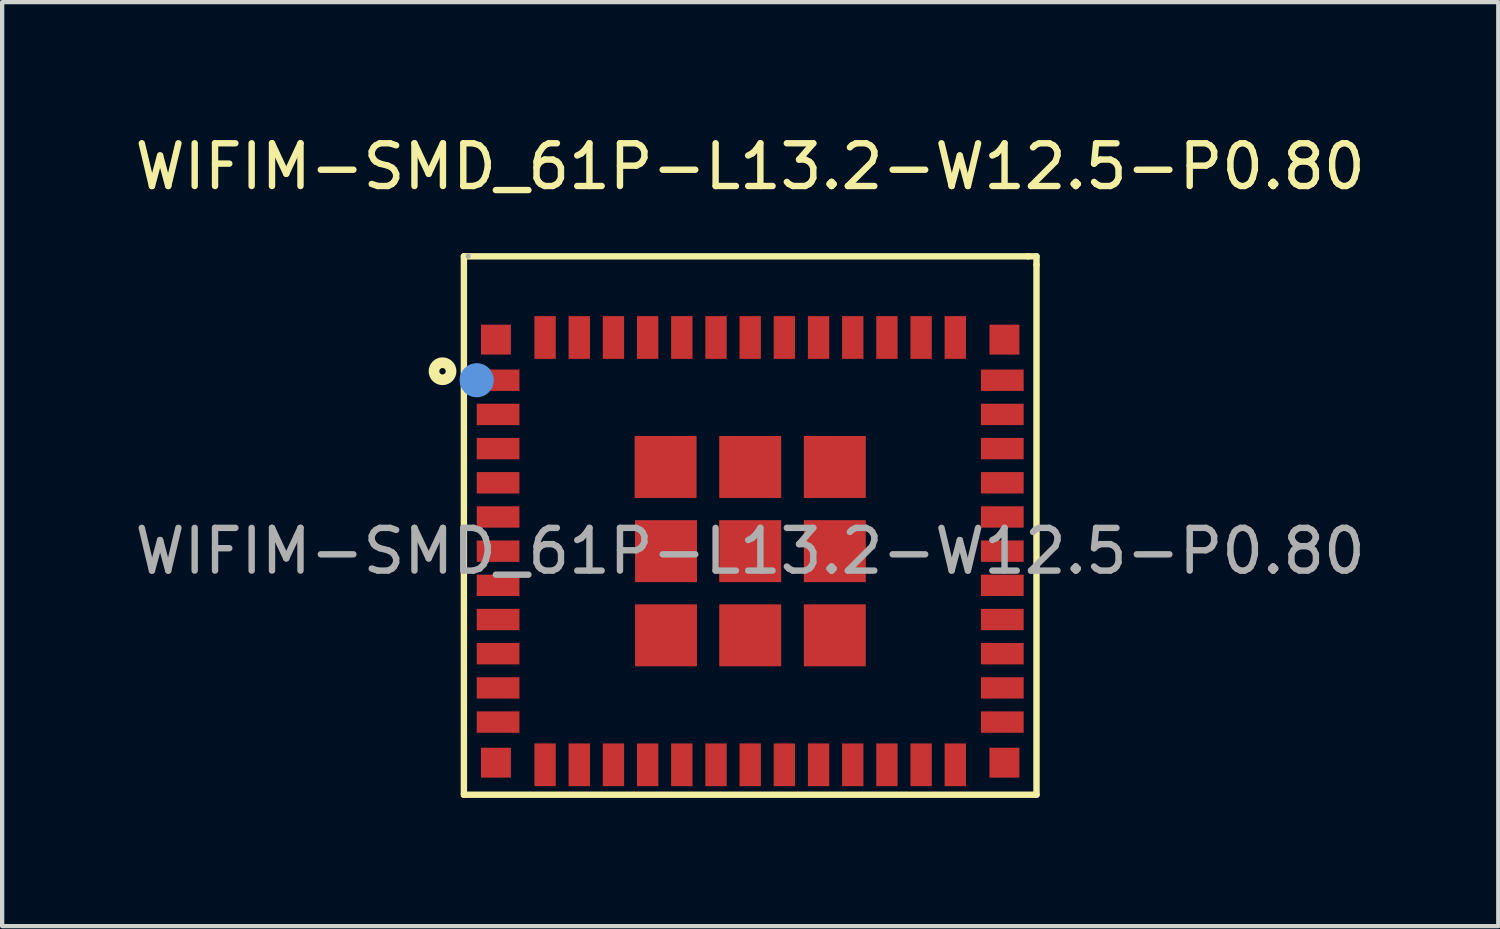
<source format=kicad_pcb>
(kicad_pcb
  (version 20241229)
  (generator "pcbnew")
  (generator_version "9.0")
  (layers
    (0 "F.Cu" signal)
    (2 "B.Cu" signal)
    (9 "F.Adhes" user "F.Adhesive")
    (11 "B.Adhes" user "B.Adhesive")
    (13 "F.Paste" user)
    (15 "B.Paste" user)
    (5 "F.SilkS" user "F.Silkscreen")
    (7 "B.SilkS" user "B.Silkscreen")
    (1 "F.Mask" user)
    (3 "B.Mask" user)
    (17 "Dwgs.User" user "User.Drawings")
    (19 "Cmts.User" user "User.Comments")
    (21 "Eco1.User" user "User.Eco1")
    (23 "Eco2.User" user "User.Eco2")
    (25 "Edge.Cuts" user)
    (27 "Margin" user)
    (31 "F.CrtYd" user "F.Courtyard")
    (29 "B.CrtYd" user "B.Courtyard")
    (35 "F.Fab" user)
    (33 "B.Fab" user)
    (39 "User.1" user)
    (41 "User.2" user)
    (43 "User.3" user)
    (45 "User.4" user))
  (footprint "WIFIM-SMD_61P-L13.2-W12.5-P0.80"
    (layer "F.Cu")
    (at 14.506 9.848)
    (property "Reference" "WIFIM-SMD_61P-L13.2-W12.5-P0.80" (at 0 -9 0) (layer "F.SilkS") (effects (font (size 1 1) (thickness 0.15))))
    (attr smd)
    (fp_line (start -6.7 -6.9) (end -6.7 5.7) (stroke (width 0.15) (type solid)) (layer "F.SilkS"))
    (fp_line (start -6.7 5.7) (end 6.7 5.7) (stroke (width 0.15) (type solid)) (layer "F.SilkS"))
    (fp_line (start 6.5 -6.9) (end -6.7 -6.9) (stroke (width 0.15) (type solid)) (layer "F.SilkS"))
    (fp_line (start 6.7 -6.9) (end 6.5 -6.9) (stroke (width 0.15) (type solid)) (layer "F.SilkS"))
    (fp_line (start 6.7 -6.7) (end 6.7 -6.9) (stroke (width 0.15) (type solid)) (layer "F.SilkS"))
    (fp_line (start 6.7 5.7) (end 6.7 -6.7) (stroke (width 0.15) (type solid)) (layer "F.SilkS"))
    (fp_circle (center -7.2 -4.21) (end -7 -4.21) (stroke (width 0.25) (type solid)) (fill no) (layer "F.SilkS"))
    (fp_circle (center -6.4 -4) (end -6.2 -4) (stroke (width 0.4) (type solid)) (fill no) (layer "Cmts.User"))
    (fp_circle (center -6.6 -6.9) (end -6.57 -6.9) (stroke (width 0.06) (type solid)) (fill no) (layer "F.Fab"))
    (fp_text user "${REFERENCE}" (at 0 0 0) (layer "F.Fab") (effects (font (size 1 1) (thickness 0.15))))
    (pad "1" smd rect (at -5.9 -4) (size 1 0.5) (layers "F.Cu" "F.Mask" "F.Paste"))
    (pad "2" smd rect (at -5.9 -3.2) (size 1 0.5) (layers "F.Cu" "F.Mask" "F.Paste"))
    (pad "3" smd rect (at -5.9 -2.4) (size 1 0.5) (layers "F.Cu" "F.Mask" "F.Paste"))
    (pad "4" smd rect (at -5.9 -1.6) (size 1 0.5) (layers "F.Cu" "F.Mask" "F.Paste"))
    (pad "5" smd rect (at -5.9 -0.8) (size 1 0.5) (layers "F.Cu" "F.Mask" "F.Paste"))
    (pad "6" smd rect (at -5.9 0) (size 1 0.5) (layers "F.Cu" "F.Mask" "F.Paste"))
    (pad "7" smd rect (at -5.9 0.8) (size 1 0.5) (layers "F.Cu" "F.Mask" "F.Paste"))
    (pad "8" smd rect (at -5.9 1.6) (size 1 0.5) (layers "F.Cu" "F.Mask" "F.Paste"))
    (pad "9" smd rect (at -5.9 2.4) (size 1 0.5) (layers "F.Cu" "F.Mask" "F.Paste"))
    (pad "10" smd rect (at -5.9 3.2) (size 1 0.5) (layers "F.Cu" "F.Mask" "F.Paste"))
    (pad "11" smd rect (at -5.9 4) (size 1 0.5) (layers "F.Cu" "F.Mask" "F.Paste"))
    (pad "12" smd rect (at -4.8 5) (size 0.5 1) (layers "F.Cu" "F.Mask" "F.Paste"))
    (pad "13" smd rect (at -4 5) (size 0.5 1) (layers "F.Cu" "F.Mask" "F.Paste"))
    (pad "14" smd rect (at -3.2 5) (size 0.5 1) (layers "F.Cu" "F.Mask" "F.Paste"))
    (pad "15" smd rect (at -2.4 5) (size 0.5 1) (layers "F.Cu" "F.Mask" "F.Paste"))
    (pad "16" smd rect (at -1.6 5) (size 0.5 1) (layers "F.Cu" "F.Mask" "F.Paste"))
    (pad "17" smd rect (at -0.8 5) (size 0.5 1) (layers "F.Cu" "F.Mask" "F.Paste"))
    (pad "18" smd rect (at 0 5) (size 0.5 1) (layers "F.Cu" "F.Mask" "F.Paste"))
    (pad "19" smd rect (at 0.8 5) (size 0.5 1) (layers "F.Cu" "F.Mask" "F.Paste"))
    (pad "20" smd rect (at 1.6 5) (size 0.5 1) (layers "F.Cu" "F.Mask" "F.Paste"))
    (pad "21" smd rect (at 2.4 5) (size 0.5 1) (layers "F.Cu" "F.Mask" "F.Paste"))
    (pad "22" smd rect (at 3.2 5) (size 0.5 1) (layers "F.Cu" "F.Mask" "F.Paste"))
    (pad "23" smd rect (at 4 5) (size 0.5 1) (layers "F.Cu" "F.Mask" "F.Paste"))
    (pad "24" smd rect (at 4.8 5) (size 0.5 1) (layers "F.Cu" "F.Mask" "F.Paste"))
    (pad "25" smd rect (at 5.9 4) (size 1 0.5) (layers "F.Cu" "F.Mask" "F.Paste"))
    (pad "26" smd rect (at 5.9 3.2) (size 1 0.5) (layers "F.Cu" "F.Mask" "F.Paste"))
    (pad "27" smd rect (at 5.9 2.4) (size 1 0.5) (layers "F.Cu" "F.Mask" "F.Paste"))
    (pad "28" smd rect (at 5.9 1.6) (size 1 0.5) (layers "F.Cu" "F.Mask" "F.Paste"))
    (pad "29" smd rect (at 5.9 0.8) (size 1 0.5) (layers "F.Cu" "F.Mask" "F.Paste"))
    (pad "30" smd rect (at 5.9 0) (size 1 0.5) (layers "F.Cu" "F.Mask" "F.Paste"))
    (pad "31" smd rect (at 5.9 -0.8) (size 1 0.5) (layers "F.Cu" "F.Mask" "F.Paste"))
    (pad "32" smd rect (at 5.9 -1.6) (size 1 0.5) (layers "F.Cu" "F.Mask" "F.Paste"))
    (pad "33" smd rect (at 5.9 -2.4) (size 1 0.5) (layers "F.Cu" "F.Mask" "F.Paste"))
    (pad "34" smd rect (at 5.9 -3.2) (size 1 0.5) (layers "F.Cu" "F.Mask" "F.Paste"))
    (pad "35" smd rect (at 5.9 -4) (size 1 0.5) (layers "F.Cu" "F.Mask" "F.Paste"))
    (pad "36" smd rect (at 4.8 -5) (size 0.5 1) (layers "F.Cu" "F.Mask" "F.Paste"))
    (pad "37" smd rect (at 4 -5) (size 0.5 1) (layers "F.Cu" "F.Mask" "F.Paste"))
    (pad "38" smd rect (at 3.2 -5) (size 0.5 1) (layers "F.Cu" "F.Mask" "F.Paste"))
    (pad "39" smd rect (at 2.4 -5) (size 0.5 1) (layers "F.Cu" "F.Mask" "F.Paste"))
    (pad "40" smd rect (at 1.6 -5) (size 0.5 1) (layers "F.Cu" "F.Mask" "F.Paste"))
    (pad "41" smd rect (at 0.8 -5) (size 0.5 1) (layers "F.Cu" "F.Mask" "F.Paste"))
    (pad "42" smd rect (at 0 -5) (size 0.5 1) (layers "F.Cu" "F.Mask" "F.Paste"))
    (pad "43" smd rect (at -0.8 -5) (size 0.5 1) (layers "F.Cu" "F.Mask" "F.Paste"))
    (pad "44" smd rect (at -1.6 -5) (size 0.5 1) (layers "F.Cu" "F.Mask" "F.Paste"))
    (pad "45" smd rect (at -2.4 -5) (size 0.5 1) (layers "F.Cu" "F.Mask" "F.Paste"))
    (pad "46" smd rect (at -3.2 -5) (size 0.5 1) (layers "F.Cu" "F.Mask" "F.Paste"))
    (pad "47" smd rect (at -4 -5) (size 0.5 1) (layers "F.Cu" "F.Mask" "F.Paste"))
    (pad "48" smd rect (at -4.8 -5) (size 0.5 1) (layers "F.Cu" "F.Mask" "F.Paste"))
    (pad "49" smd rect (at 0 0) (size 1.45 1.45) (layers "F.Cu" "F.Mask" "F.Paste"))
    (pad "50" smd rect (at 5.95 -4.95) (size 0.7 0.7) (layers "F.Cu" "F.Mask" "F.Paste"))
    (pad "51" smd rect (at 5.95 4.95) (size 0.7 0.7) (layers "F.Cu" "F.Mask" "F.Paste"))
    (pad "52" smd rect (at -5.95 4.95) (size 0.7 0.7) (layers "F.Cu" "F.Mask" "F.Paste"))
    (pad "53" smd rect (at -5.95 -4.95) (size 0.7 0.7) (layers "F.Cu" "F.Mask" "F.Paste"))
    (pad "54" smd rect (at -1.98 -1.97) (size 1.45 1.45) (layers "F.Cu" "F.Mask" "F.Paste"))
    (pad "55" smd rect (at 0 -1.97) (size 1.45 1.45) (layers "F.Cu" "F.Mask" "F.Paste"))
    (pad "56" smd rect (at 1.98 -1.97) (size 1.45 1.45) (layers "F.Cu" "F.Mask" "F.Paste"))
    (pad "57" smd rect (at 1.98 0) (size 1.45 1.45) (layers "F.Cu" "F.Mask" "F.Paste"))
    (pad "58" smd rect (at 1.98 1.97) (size 1.45 1.45) (layers "F.Cu" "F.Mask" "F.Paste"))
    (pad "59" smd rect (at 0 1.97) (size 1.45 1.45) (layers "F.Cu" "F.Mask" "F.Paste"))
    (pad "60" smd rect (at -1.97 1.97) (size 1.45 1.45) (layers "F.Cu" "F.Mask" "F.Paste"))
    (pad "61" smd rect (at -1.97 0) (size 1.45 1.45) (layers "F.Cu" "F.Mask" "F.Paste")))
  (gr_rect
    (start -3 -3)
    (end 32.012 18.623)
    (stroke (width 0.1) (type default))
    (fill no)
    (layer "Edge.Cuts")))
</source>
